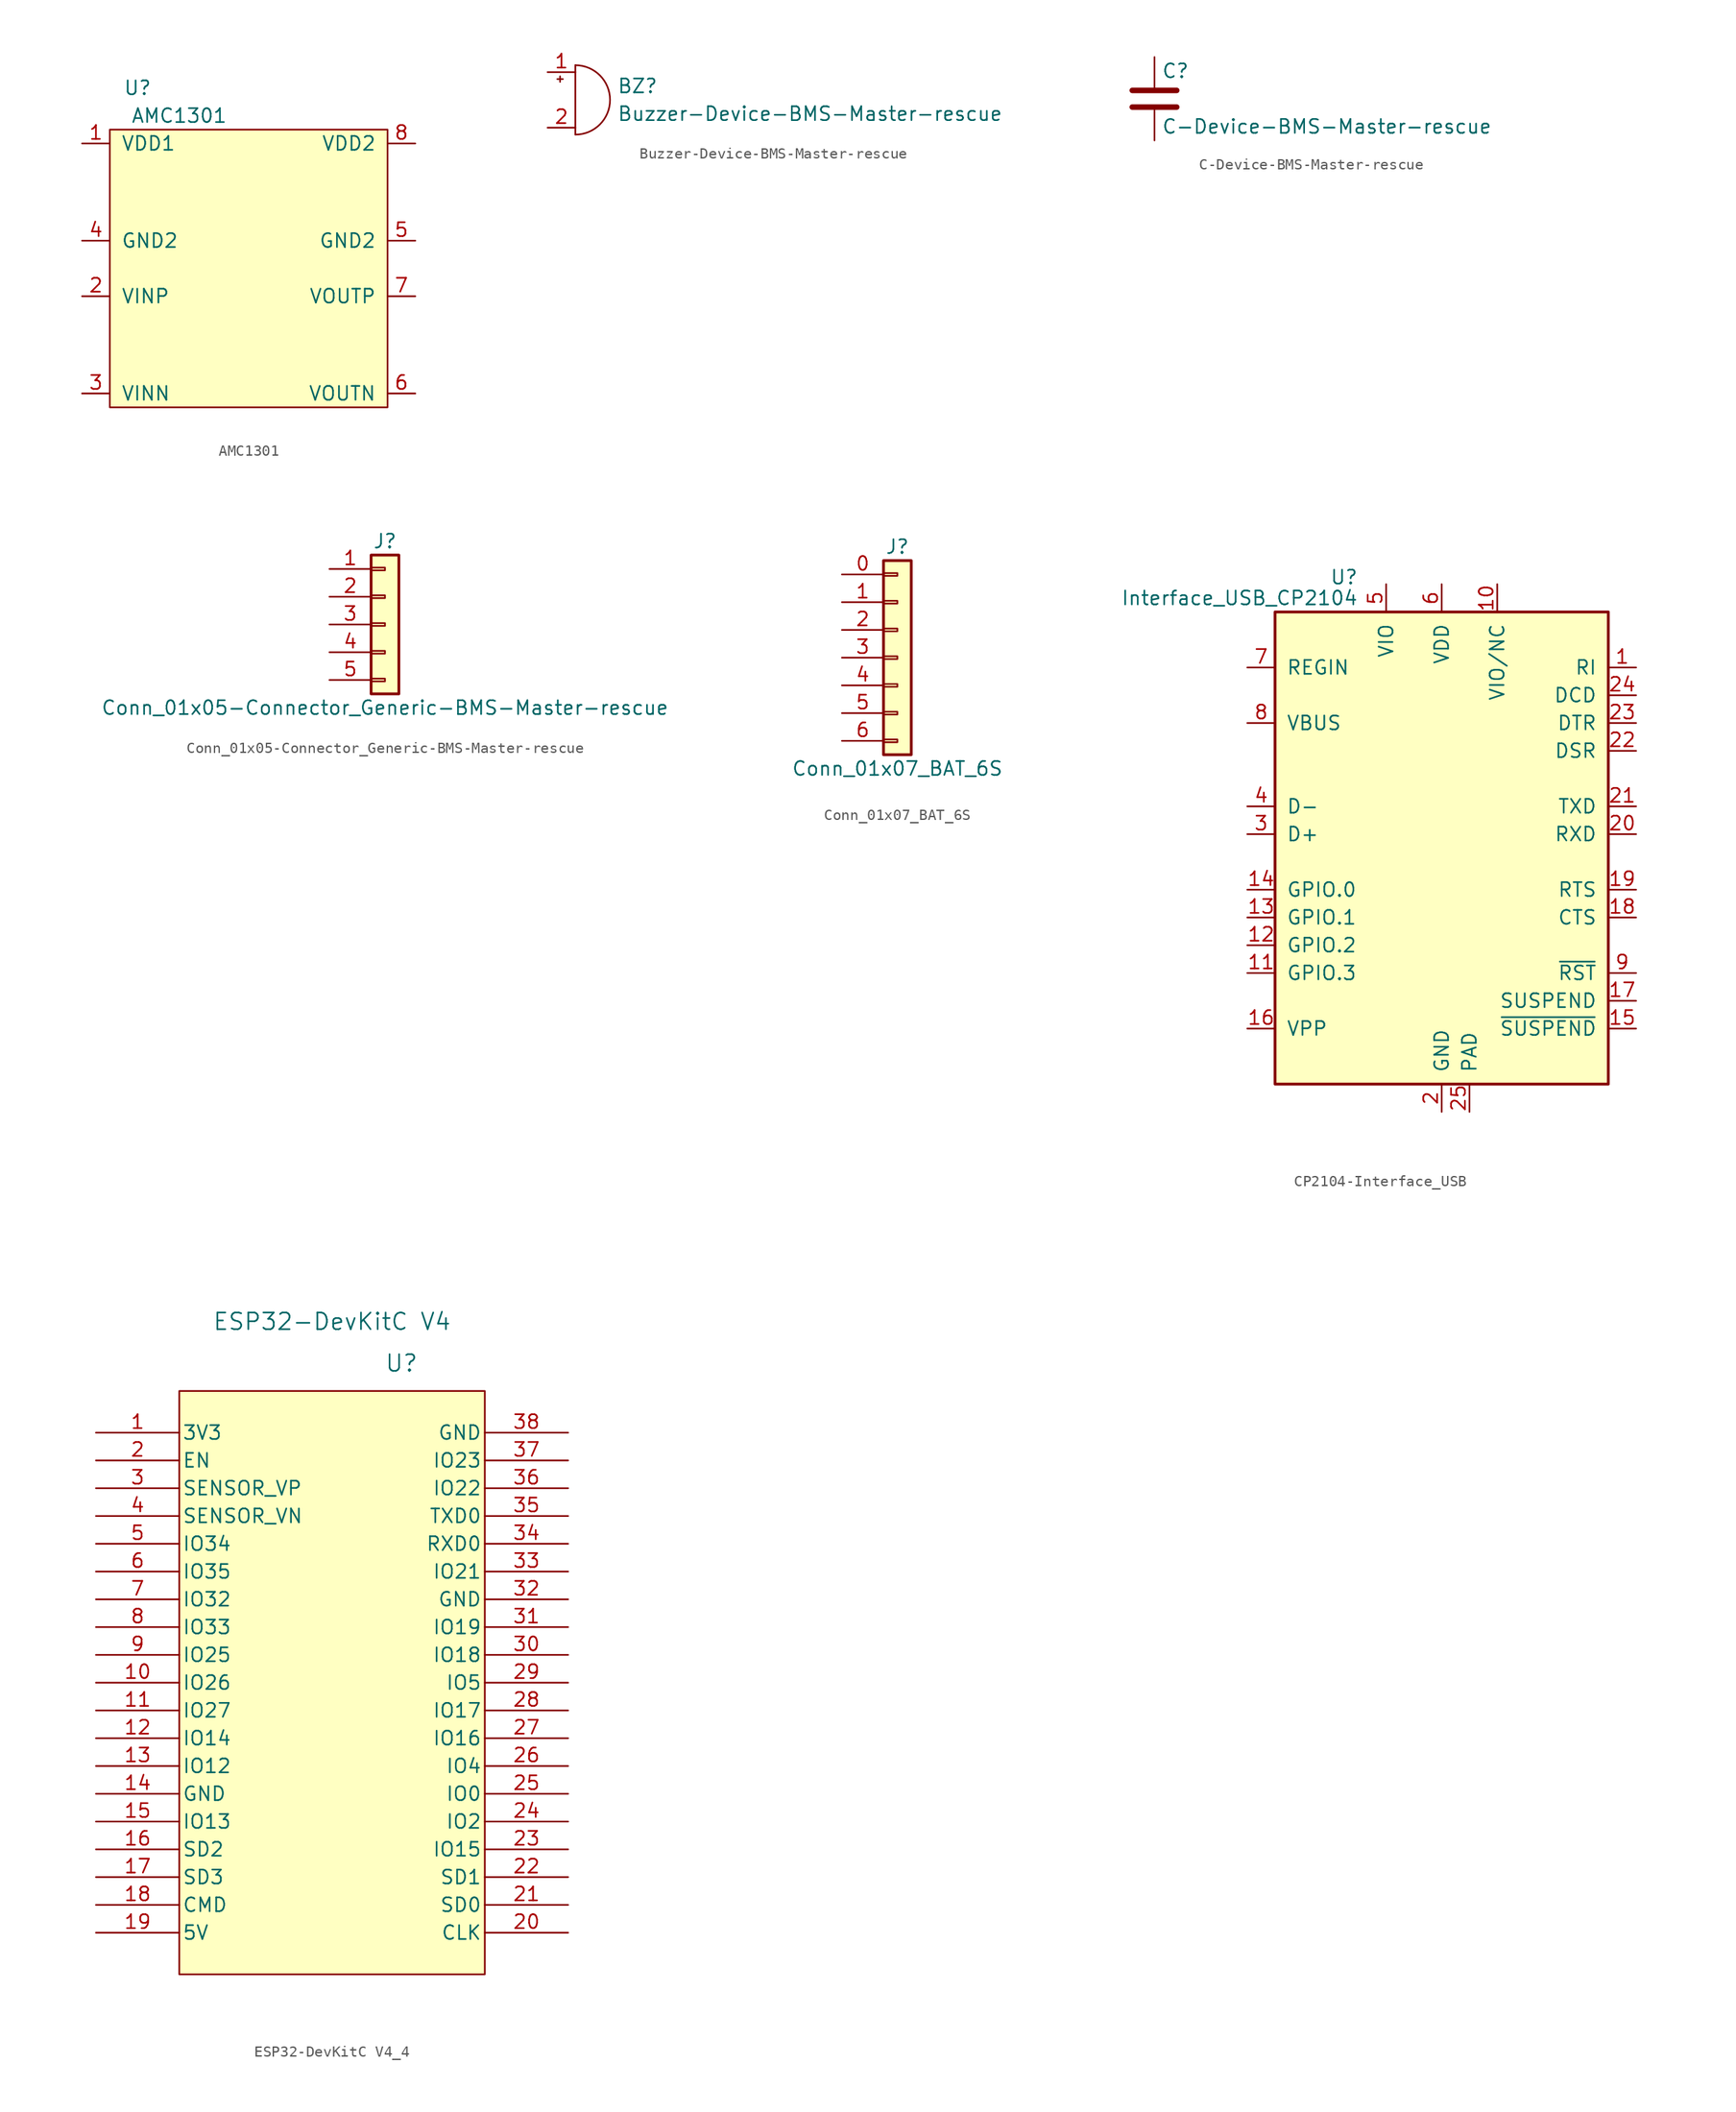
<source format=kicad_sym>
(kicad_symbol_lib
  (version 20220914)
  (generator kicad_symbol_editor)
  (symbol "AMC1301"
    (pin_names
      (offset 1.016))
    (property "Reference" "U"
      (at -10.16 16.51 0)
      (effects (font (size 1.27 1.27))))
    (property "Value" "AMC1301"
      (at -6.35 13.97 0)
      (effects (font (size 1.27 1.27))))
    (symbol "AMC1301_0_1"
      (rectangle (start -12.7 12.7) (end 12.7 -12.7) (stroke (width 0) (type solid)) (fill (type background))))
    (symbol "AMC1301_1_1"
      (pin input line (at -15.24 11.43 0) (length 2.54) (name "VDD1" (effects (font (size 1.27 1.27)))) (number "1" (effects (font (size 1.27 1.27)))))
      (pin input line (at -15.24 -2.54 0) (length 2.54) (name "VINP" (effects (font (size 1.27 1.27)))) (number "2" (effects (font (size 1.27 1.27)))))
      (pin input line (at -15.24 -11.43 0) (length 2.54) (name "VINN" (effects (font (size 1.27 1.27)))) (number "3" (effects (font (size 1.27 1.27)))))
      (pin input line (at -15.24 2.54 0) (length 2.54) (name "GND2" (effects (font (size 1.27 1.27)))) (number "4" (effects (font (size 1.27 1.27)))))
      (pin input line (at 15.24 2.54 180) (length 2.54) (name "GND2" (effects (font (size 1.27 1.27)))) (number "5" (effects (font (size 1.27 1.27)))))
      (pin input line (at 15.24 -11.43 180) (length 2.54) (name "VOUTN" (effects (font (size 1.27 1.27)))) (number "6" (effects (font (size 1.27 1.27)))))
      (pin input line (at 15.24 -2.54 180) (length 2.54) (name "VOUTP" (effects (font (size 1.27 1.27)))) (number "7" (effects (font (size 1.27 1.27)))))
      (pin input line (at 15.24 11.43 180) (length 2.54) (name "VDD2" (effects (font (size 1.27 1.27)))) (number "8" (effects (font (size 1.27 1.27)))))))
  (symbol "Buzzer-Device-BMS-Master-rescue"
    (pin_names
      (offset 0.025) hide)
    (property "Reference" "BZ"
      (at 3.81 1.27 0)
      (effects (font (size 1.27 1.27)) (justify left)))
    (property "Value" "Buzzer-Device-BMS-Master-rescue"
      (at 3.81 -1.27 0)
      (effects (font (size 1.27 1.27)) (justify left)))
    (symbol "Buzzer-Device-BMS-Master-rescue_0_1"
      (arc (start 0 -3.175) (mid 3.1612 0) (end 0 3.175) (stroke (width 0) (type solid)) (fill (type none)))
      (polyline (pts (xy -1.651 1.905) (xy -1.143 1.905)) (stroke (width 0) (type solid)) (fill (type none)))
      (polyline (pts (xy -1.397 2.159) (xy -1.397 1.651)) (stroke (width 0) (type solid)) (fill (type none)))
      (polyline (pts (xy 0 3.175) (xy 0 -3.175)) (stroke (width 0) (type solid)) (fill (type none))))
    (symbol "Buzzer-Device-BMS-Master-rescue_1_1"
      (pin passive line (at -2.54 2.54 0) (length 2.54) (name "-" (effects (font (size 1.27 1.27)))) (number "1" (effects (font (size 1.27 1.27)))))
      (pin passive line (at -2.54 -2.54 0) (length 2.54) (name "+" (effects (font (size 1.27 1.27)))) (number "2" (effects (font (size 1.27 1.27)))))))
  (symbol "C-Device-BMS-Master-rescue"
    (pin_numbers hide)
    (pin_names
      (offset 0.254))
    (property "Reference" "C"
      (at 0.635 2.54 0)
      (effects (font (size 1.27 1.27)) (justify left)))
    (property "Value" "C-Device-BMS-Master-rescue"
      (at 0.635 -2.54 0)
      (effects (font (size 1.27 1.27)) (justify left)))
    (symbol "C-Device-BMS-Master-rescue_0_1"
      (polyline (pts (xy -2.032 -0.762) (xy 2.032 -0.762)) (stroke (width 0.508) (type solid)) (fill (type none)))
      (polyline (pts (xy -2.032 0.762) (xy 2.032 0.762)) (stroke (width 0.508) (type solid)) (fill (type none))))
    (symbol "C-Device-BMS-Master-rescue_1_1"
      (pin passive line (at 0 3.81 270) (length 2.794) (name "~" (effects (font (size 1.27 1.27)))) (number "1" (effects (font (size 1.27 1.27)))))
      (pin passive line (at 0 -3.81 90) (length 2.794) (name "~" (effects (font (size 1.27 1.27)))) (number "2" (effects (font (size 1.27 1.27)))))))
  (symbol "Conn_01x05-Connector_Generic-BMS-Master-rescue"
    (pin_names
      (offset 1.016) hide)
    (property "Reference" "J"
      (at 0 7.62 0)
      (effects (font (size 1.27 1.27))))
    (property "Value" "Conn_01x05-Connector_Generic-BMS-Master-rescue"
      (at 0 -7.62 0)
      (effects (font (size 1.27 1.27))))
    (symbol "Conn_01x05-Connector_Generic-BMS-Master-rescue_1_1"
      (rectangle (start -1.27 -4.953) (end 0 -5.207) (stroke (width 0.152) (type solid)) (fill (type none)))
      (rectangle (start -1.27 -2.413) (end 0 -2.667) (stroke (width 0.152) (type solid)) (fill (type none)))
      (rectangle (start -1.27 0.127) (end 0 -0.127) (stroke (width 0.152) (type solid)) (fill (type none)))
      (rectangle (start -1.27 2.667) (end 0 2.413) (stroke (width 0.152) (type solid)) (fill (type none)))
      (rectangle (start -1.27 5.207) (end 0 4.953) (stroke (width 0.152) (type solid)) (fill (type none)))
      (rectangle (start -1.27 6.35) (end 1.27 -6.35) (stroke (width 0.254) (type solid)) (fill (type background)))
      (pin passive line (at -5.08 5.08 0) (length 3.81) (name "Pin_1" (effects (font (size 1.27 1.27)))) (number "1" (effects (font (size 1.27 1.27)))))
      (pin passive line (at -5.08 2.54 0) (length 3.81) (name "Pin_2" (effects (font (size 1.27 1.27)))) (number "2" (effects (font (size 1.27 1.27)))))
      (pin passive line (at -5.08 0 0) (length 3.81) (name "Pin_3" (effects (font (size 1.27 1.27)))) (number "3" (effects (font (size 1.27 1.27)))))
      (pin passive line (at -5.08 -2.54 0) (length 3.81) (name "Pin_4" (effects (font (size 1.27 1.27)))) (number "4" (effects (font (size 1.27 1.27)))))
      (pin passive line (at -5.08 -5.08 0) (length 3.81) (name "Pin_5" (effects (font (size 1.27 1.27)))) (number "5" (effects (font (size 1.27 1.27)))))))
  (symbol "Conn_01x07_BAT_6S"
    (pin_names
      (offset 1.016) hide)
    (property "Reference" "J"
      (at 0 10.16 0)
      (effects (font (size 1.27 1.27))))
    (property "Value" "Conn_01x07_BAT_6S"
      (at 0 -10.16 0)
      (effects (font (size 1.27 1.27))))
    (symbol "Conn_01x07_BAT_6S_1_1"
      (rectangle (start -1.27 -7.493) (end 0 -7.747) (stroke (width 0.152) (type default)) (fill (type none)))
      (rectangle (start -1.27 -4.953) (end 0 -5.207) (stroke (width 0.152) (type default)) (fill (type none)))
      (rectangle (start -1.27 -2.413) (end 0 -2.667) (stroke (width 0.152) (type default)) (fill (type none)))
      (rectangle (start -1.27 0.127) (end 0 -0.127) (stroke (width 0.152) (type default)) (fill (type none)))
      (rectangle (start -1.27 2.667) (end 0 2.413) (stroke (width 0.152) (type default)) (fill (type none)))
      (rectangle (start -1.27 5.207) (end 0 4.953) (stroke (width 0.152) (type default)) (fill (type none)))
      (rectangle (start -1.27 7.747) (end 0 7.493) (stroke (width 0.152) (type default)) (fill (type none)))
      (rectangle (start -1.27 8.89) (end 1.27 -8.89) (stroke (width 0.254) (type default)) (fill (type background)))
      (pin passive line (at -5.08 7.62 0) (length 3.81) (name "Pin_1" (effects (font (size 1.27 1.27)))) (number "0" (effects (font (size 1.27 1.27)))))
      (pin passive line (at -5.08 5.08 0) (length 3.81) (name "Pin_2" (effects (font (size 1.27 1.27)))) (number "1" (effects (font (size 1.27 1.27)))))
      (pin passive line (at -5.08 2.54 0) (length 3.81) (name "Pin_3" (effects (font (size 1.27 1.27)))) (number "2" (effects (font (size 1.27 1.27)))))
      (pin passive line (at -5.08 0 0) (length 3.81) (name "Pin_4" (effects (font (size 1.27 1.27)))) (number "3" (effects (font (size 1.27 1.27)))))
      (pin passive line (at -5.08 -2.54 0) (length 3.81) (name "Pin_5" (effects (font (size 1.27 1.27)))) (number "4" (effects (font (size 1.27 1.27)))))
      (pin passive line (at -5.08 -5.08 0) (length 3.81) (name "Pin_6" (effects (font (size 1.27 1.27)))) (number "5" (effects (font (size 1.27 1.27)))))
      (pin passive line (at -5.08 -7.62 0) (length 3.81) (name "Pin_7" (effects (font (size 1.27 1.27)))) (number "6" (effects (font (size 1.27 1.27)))))))
  (symbol "CP2104-Interface_USB"
    (pin_names
      (offset 1.016))
    (property "Reference" "U"
      (at -7.62 23.495 0)
      (effects (font (size 1.27 1.27)) (justify right)))
    (property "Value" "Interface_USB_CP2104"
      (at -7.62 21.59 0)
      (effects (font (size 1.27 1.27)) (justify right)))
    (symbol "CP2104-Interface_USB_0_1"
      (rectangle (start -15.24 20.32) (end 15.24 -22.86) (stroke (width 0.254) (type solid)) (fill (type background))))
    (symbol "CP2104-Interface_USB_1_1"
      (pin input line (at 17.78 15.24 180) (length 2.54) (name "RI" (effects (font (size 1.27 1.27)))) (number "1" (effects (font (size 1.27 1.27)))))
      (pin power_out line (at 5.08 22.86 270) (length 2.54) (name "VIO/NC" (effects (font (size 1.27 1.27)))) (number "10" (effects (font (size 1.27 1.27)))))
      (pin bidirectional line (at -17.78 -12.7 0) (length 2.54) (name "GPIO.3" (effects (font (size 1.27 1.27)))) (number "11" (effects (font (size 1.27 1.27)))))
      (pin bidirectional line (at -17.78 -10.16 0) (length 2.54) (name "GPIO.2" (effects (font (size 1.27 1.27)))) (number "12" (effects (font (size 1.27 1.27)))))
      (pin bidirectional line (at -17.78 -7.62 0) (length 2.54) (name "GPIO.1" (effects (font (size 1.27 1.27)))) (number "13" (effects (font (size 1.27 1.27)))))
      (pin bidirectional line (at -17.78 -5.08 0) (length 2.54) (name "GPIO.0" (effects (font (size 1.27 1.27)))) (number "14" (effects (font (size 1.27 1.27)))))
      (pin output line (at 17.78 -17.78 180) (length 2.54) (name "~{SUSPEND}" (effects (font (size 1.27 1.27)))) (number "15" (effects (font (size 1.27 1.27)))))
      (pin passive line (at -17.78 -17.78 0) (length 2.54) (name "VPP" (effects (font (size 1.27 1.27)))) (number "16" (effects (font (size 1.27 1.27)))))
      (pin output line (at 17.78 -15.24 180) (length 2.54) (name "SUSPEND" (effects (font (size 1.27 1.27)))) (number "17" (effects (font (size 1.27 1.27)))))
      (pin input line (at 17.78 -7.62 180) (length 2.54) (name "CTS" (effects (font (size 1.27 1.27)))) (number "18" (effects (font (size 1.27 1.27)))))
      (pin output line (at 17.78 -5.08 180) (length 2.54) (name "RTS" (effects (font (size 1.27 1.27)))) (number "19" (effects (font (size 1.27 1.27)))))
      (pin power_in line (at 0 -25.4 90) (length 2.54) (name "GND" (effects (font (size 1.27 1.27)))) (number "2" (effects (font (size 1.27 1.27)))))
      (pin input line (at 17.78 0 180) (length 2.54) (name "RXD" (effects (font (size 1.27 1.27)))) (number "20" (effects (font (size 1.27 1.27)))))
      (pin output line (at 17.78 2.54 180) (length 2.54) (name "TXD" (effects (font (size 1.27 1.27)))) (number "21" (effects (font (size 1.27 1.27)))))
      (pin input line (at 17.78 7.62 180) (length 2.54) (name "DSR" (effects (font (size 1.27 1.27)))) (number "22" (effects (font (size 1.27 1.27)))))
      (pin output line (at 17.78 10.16 180) (length 2.54) (name "DTR" (effects (font (size 1.27 1.27)))) (number "23" (effects (font (size 1.27 1.27)))))
      (pin input line (at 17.78 12.7 180) (length 2.54) (name "DCD" (effects (font (size 1.27 1.27)))) (number "24" (effects (font (size 1.27 1.27)))))
      (pin power_in line (at 2.54 -25.4 90) (length 2.54) (name "PAD" (effects (font (size 1.27 1.27)))) (number "25" (effects (font (size 1.27 1.27)))))
      (pin bidirectional line (at -17.78 0 0) (length 2.54) (name "D+" (effects (font (size 1.27 1.27)))) (number "3" (effects (font (size 1.27 1.27)))))
      (pin bidirectional line (at -17.78 2.54 0) (length 2.54) (name "D-" (effects (font (size 1.27 1.27)))) (number "4" (effects (font (size 1.27 1.27)))))
      (pin power_in line (at -5.08 22.86 270) (length 2.54) (name "VIO" (effects (font (size 1.27 1.27)))) (number "5" (effects (font (size 1.27 1.27)))))
      (pin power_in line (at 0 22.86 270) (length 2.54) (name "VDD" (effects (font (size 1.27 1.27)))) (number "6" (effects (font (size 1.27 1.27)))))
      (pin power_in line (at -17.78 15.24 0) (length 2.54) (name "REGIN" (effects (font (size 1.27 1.27)))) (number "7" (effects (font (size 1.27 1.27)))))
      (pin input line (at -17.78 10.16 0) (length 2.54) (name "VBUS" (effects (font (size 1.27 1.27)))) (number "8" (effects (font (size 1.27 1.27)))))
      (pin bidirectional line (at 17.78 -12.7 180) (length 2.54) (name "~{RST}" (effects (font (size 1.27 1.27)))) (number "9" (effects (font (size 1.27 1.27)))))))
  (symbol "ESP32-DevKitC V4_4"
    (pin_names
      (offset 0.254))
    (property "Reference" "U"
      (at 6.35 29.21 0)
      (effects (font (size 1.524 1.524))))
    (property "Value" "ESP32-DevKitC V4"
      (at 0 33.02 0)
      (effects (font (size 1.524 1.524))))
    (symbol "ESP32-DevKitC V4_4_0_1"
      (pin bidirectional line (at 21.59 -15.24 180) (length 7.62) (name "IO15" (effects (font (size 1.27 1.27)))) (number "23" (effects (font (size 1.27 1.27)))))
      (pin bidirectional line (at 21.59 -12.7 180) (length 7.62) (name "IO2" (effects (font (size 1.27 1.27)))) (number "24" (effects (font (size 1.27 1.27)))))
      (pin bidirectional line (at 21.59 -10.16 180) (length 7.62) (name "IO0" (effects (font (size 1.27 1.27)))) (number "25" (effects (font (size 1.27 1.27)))))
      (pin bidirectional line (at 21.59 -7.62 180) (length 7.62) (name "IO4" (effects (font (size 1.27 1.27)))) (number "26" (effects (font (size 1.27 1.27)))))
      (pin bidirectional line (at 21.59 -5.08 180) (length 7.62) (name "IO16" (effects (font (size 1.27 1.27)))) (number "27" (effects (font (size 1.27 1.27)))))
      (pin bidirectional line (at 21.59 -2.54 180) (length 7.62) (name "IO17" (effects (font (size 1.27 1.27)))) (number "28" (effects (font (size 1.27 1.27)))))
      (pin bidirectional line (at 21.59 0 180) (length 7.62) (name "IO5" (effects (font (size 1.27 1.27)))) (number "29" (effects (font (size 1.27 1.27)))))
      (pin bidirectional line (at 21.59 2.54 180) (length 7.62) (name "IO18" (effects (font (size 1.27 1.27)))) (number "30" (effects (font (size 1.27 1.27)))))
      (pin bidirectional line (at 21.59 5.08 180) (length 7.62) (name "IO19" (effects (font (size 1.27 1.27)))) (number "31" (effects (font (size 1.27 1.27)))))
      (pin bidirectional line (at 21.59 10.16 180) (length 7.62) (name "IO21" (effects (font (size 1.27 1.27)))) (number "33" (effects (font (size 1.27 1.27)))))
      (pin bidirectional line (at 21.59 12.7 180) (length 7.62) (name "RXD0" (effects (font (size 1.27 1.27)))) (number "34" (effects (font (size 1.27 1.27)))))
      (pin bidirectional line (at 21.59 15.24 180) (length 7.62) (name "TXD0" (effects (font (size 1.27 1.27)))) (number "35" (effects (font (size 1.27 1.27)))))
      (pin bidirectional line (at 21.59 17.78 180) (length 7.62) (name "IO22" (effects (font (size 1.27 1.27)))) (number "36" (effects (font (size 1.27 1.27)))))
      (pin bidirectional line (at 21.59 20.32 180) (length 7.62) (name "IO23" (effects (font (size 1.27 1.27)))) (number "37" (effects (font (size 1.27 1.27)))))
      (pin bidirectional line (at 21.59 22.86 180) (length 7.62) (name "GND" (effects (font (size 1.27 1.27)))) (number "38" (effects (font (size 1.27 1.27))))))
    (symbol "ESP32-DevKitC V4_4_1_1"
      (rectangle (start -13.97 26.67) (end 13.97 -26.67) (stroke (width 0) (type default)) (fill (type background)))
      (pin power_in line (at -21.59 22.86 0) (length 7.62) (name "3V3" (effects (font (size 1.27 1.27)))) (number "1" (effects (font (size 1.27 1.27)))))
      (pin bidirectional line (at -21.59 0 0) (length 7.62) (name "IO26" (effects (font (size 1.27 1.27)))) (number "10" (effects (font (size 1.27 1.27)))))
      (pin bidirectional line (at -21.59 -2.54 0) (length 7.62) (name "IO27" (effects (font (size 1.27 1.27)))) (number "11" (effects (font (size 1.27 1.27)))))
      (pin bidirectional line (at -21.59 -5.08 0) (length 7.62) (name "IO14" (effects (font (size 1.27 1.27)))) (number "12" (effects (font (size 1.27 1.27)))))
      (pin bidirectional line (at -21.59 -7.62 0) (length 7.62) (name "IO12" (effects (font (size 1.27 1.27)))) (number "13" (effects (font (size 1.27 1.27)))))
      (pin bidirectional line (at -21.59 -10.16 0) (length 7.62) (name "GND" (effects (font (size 1.27 1.27)))) (number "14" (effects (font (size 1.27 1.27)))))
      (pin bidirectional line (at -21.59 -12.7 0) (length 7.62) (name "IO13" (effects (font (size 1.27 1.27)))) (number "15" (effects (font (size 1.27 1.27)))))
      (pin bidirectional line (at -21.59 -15.24 0) (length 7.62) (name "SD2" (effects (font (size 1.27 1.27)))) (number "16" (effects (font (size 1.27 1.27)))))
      (pin bidirectional line (at -21.59 -17.78 0) (length 7.62) (name "SD3" (effects (font (size 1.27 1.27)))) (number "17" (effects (font (size 1.27 1.27)))))
      (pin bidirectional line (at -21.59 -20.32 0) (length 7.62) (name "CMD" (effects (font (size 1.27 1.27)))) (number "18" (effects (font (size 1.27 1.27)))))
      (pin power_out line (at -21.59 -22.86 0) (length 7.62) (name "5V" (effects (font (size 1.27 1.27)))) (number "19" (effects (font (size 1.27 1.27)))))
      (pin input line (at -21.59 20.32 0) (length 7.62) (name "EN" (effects (font (size 1.27 1.27)))) (number "2" (effects (font (size 1.27 1.27)))))
      (pin bidirectional line (at 21.59 -22.86 180) (length 7.62) (name "CLK" (effects (font (size 1.27 1.27)))) (number "20" (effects (font (size 1.27 1.27)))))
      (pin bidirectional line (at 21.59 -20.32 180) (length 7.62) (name "SD0" (effects (font (size 1.27 1.27)))) (number "21" (effects (font (size 1.27 1.27)))))
      (pin bidirectional line (at 21.59 -17.78 180) (length 7.62) (name "SD1" (effects (font (size 1.27 1.27)))) (number "22" (effects (font (size 1.27 1.27)))))
      (pin bidirectional line (at -21.59 17.78 0) (length 7.62) (name "SENSOR_VP" (effects (font (size 1.27 1.27)))) (number "3" (effects (font (size 1.27 1.27)))))
      (pin bidirectional line (at 21.59 7.62 180) (length 7.62) (name "GND" (effects (font (size 1.27 1.27)))) (number "32" (effects (font (size 1.27 1.27)))))
      (pin bidirectional line (at -21.59 15.24 0) (length 7.62) (name "SENSOR_VN" (effects (font (size 1.27 1.27)))) (number "4" (effects (font (size 1.27 1.27)))))
      (pin bidirectional line (at -21.59 12.7 0) (length 7.62) (name "IO34" (effects (font (size 1.27 1.27)))) (number "5" (effects (font (size 1.27 1.27)))))
      (pin bidirectional line (at -21.59 10.16 0) (length 7.62) (name "IO35" (effects (font (size 1.27 1.27)))) (number "6" (effects (font (size 1.27 1.27)))))
      (pin bidirectional line (at -21.59 7.62 0) (length 7.62) (name "IO32" (effects (font (size 1.27 1.27)))) (number "7" (effects (font (size 1.27 1.27)))))
      (pin bidirectional line (at -21.59 5.08 0) (length 7.62) (name "IO33" (effects (font (size 1.27 1.27)))) (number "8" (effects (font (size 1.27 1.27)))))
      (pin bidirectional line (at -21.59 2.54 0) (length 7.62) (name "IO25" (effects (font (size 1.27 1.27)))) (number "9" (effects (font (size 1.27 1.27))))))))
</source>
